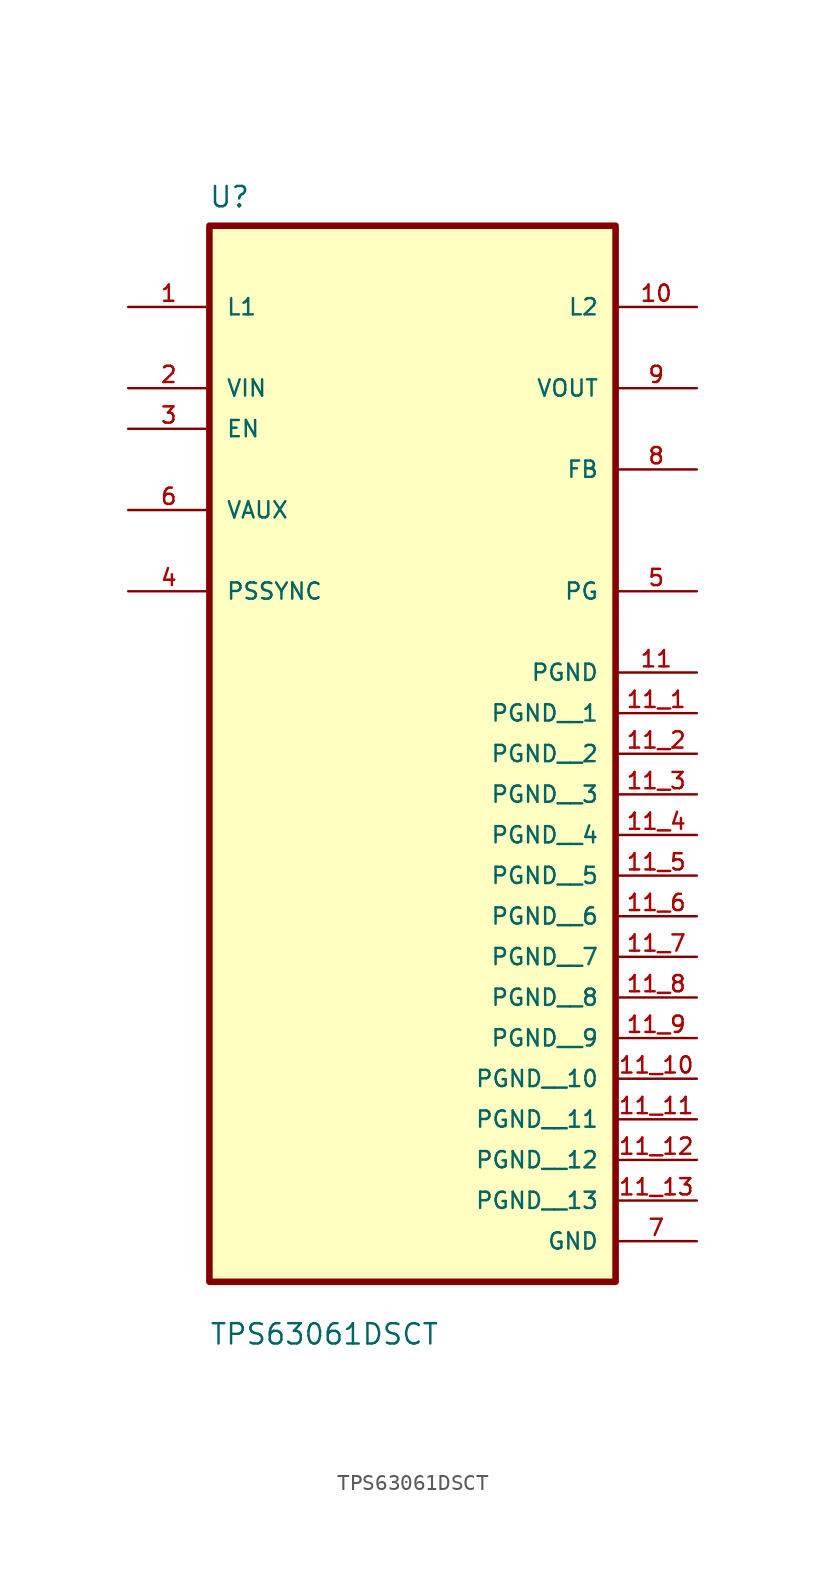
<source format=kicad_sym>
(kicad_symbol_lib
  (version 20211014)
  (generator kicad_symbol_editor)
  (symbol "TPS63061DSCT"
    (pin_names
      (offset 1.016))
    (property "Reference" "U"
      (at -12.752 16.295 0.0)
      (effects (font (size 1.27 1.27)) (justify bottom left)))
    (property "Value" "TPS63061DSCT"
      (at -12.715 -54.821 0.0)
      (effects (font (size 1.27 1.27)) (justify bottom left)))
    (symbol "TPS63061DSCT_0_0"
      (rectangle (start -12.7 -50.8) (end 12.7 15.24) (stroke (width 0.41)) (fill (type background)))
      (pin input line (at -17.78 2.54 0) (length 5.08) (name "EN" (effects (font (size 1.016 1.016)))) (number "3" (effects (font (size 1.016 1.016)))))
      (pin input line (at 17.78 0.0 180.0) (length 5.08) (name "FB" (effects (font (size 1.016 1.016)))) (number "8" (effects (font (size 1.016 1.016)))))
      (pin input line (at -17.78 10.16 0) (length 5.08) (name "L1" (effects (font (size 1.016 1.016)))) (number "1" (effects (font (size 1.016 1.016)))))
      (pin input line (at 17.78 10.16 180.0) (length 5.08) (name "L2" (effects (font (size 1.016 1.016)))) (number "10" (effects (font (size 1.016 1.016)))))
      (pin input line (at -17.78 -7.62 0) (length 5.08) (name "PSSYNC" (effects (font (size 1.016 1.016)))) (number "4" (effects (font (size 1.016 1.016)))))
      (pin input line (at -17.78 -2.54 0) (length 5.08) (name "VAUX" (effects (font (size 1.016 1.016)))) (number "6" (effects (font (size 1.016 1.016)))))
      (pin input line (at -17.78 5.08 0) (length 5.08) (name "VIN" (effects (font (size 1.016 1.016)))) (number "2" (effects (font (size 1.016 1.016)))))
      (pin output line (at 17.78 -7.62 180.0) (length 5.08) (name "PG" (effects (font (size 1.016 1.016)))) (number "5" (effects (font (size 1.016 1.016)))))
      (pin power_in line (at 17.78 -48.26 180.0) (length 5.08) (name "GND" (effects (font (size 1.016 1.016)))) (number "7" (effects (font (size 1.016 1.016)))))
      (pin output line (at 17.78 5.08 180.0) (length 5.08) (name "VOUT" (effects (font (size 1.016 1.016)))) (number "9" (effects (font (size 1.016 1.016)))))
      (pin power_in line (at 17.78 -12.7 180.0) (length 5.08) (name "PGND" (effects (font (size 1.016 1.016)))) (number "11" (effects (font (size 1.016 1.016)))))
      (pin power_in line (at 17.78 -15.24 180.0) (length 5.08) (name "PGND__1" (effects (font (size 1.016 1.016)))) (number "11_1" (effects (font (size 1.016 1.016)))))
      (pin power_in line (at 17.78 -17.78 180.0) (length 5.08) (name "PGND__2" (effects (font (size 1.016 1.016)))) (number "11_2" (effects (font (size 1.016 1.016)))))
      (pin power_in line (at 17.78 -20.32 180.0) (length 5.08) (name "PGND__3" (effects (font (size 1.016 1.016)))) (number "11_3" (effects (font (size 1.016 1.016)))))
      (pin power_in line (at 17.78 -22.86 180.0) (length 5.08) (name "PGND__4" (effects (font (size 1.016 1.016)))) (number "11_4" (effects (font (size 1.016 1.016)))))
      (pin power_in line (at 17.78 -25.4 180.0) (length 5.08) (name "PGND__5" (effects (font (size 1.016 1.016)))) (number "11_5" (effects (font (size 1.016 1.016)))))
      (pin power_in line (at 17.78 -27.94 180.0) (length 5.08) (name "PGND__6" (effects (font (size 1.016 1.016)))) (number "11_6" (effects (font (size 1.016 1.016)))))
      (pin power_in line (at 17.78 -30.48 180.0) (length 5.08) (name "PGND__7" (effects (font (size 1.016 1.016)))) (number "11_7" (effects (font (size 1.016 1.016)))))
      (pin power_in line (at 17.78 -33.02 180.0) (length 5.08) (name "PGND__8" (effects (font (size 1.016 1.016)))) (number "11_8" (effects (font (size 1.016 1.016)))))
      (pin power_in line (at 17.78 -35.56 180.0) (length 5.08) (name "PGND__9" (effects (font (size 1.016 1.016)))) (number "11_9" (effects (font (size 1.016 1.016)))))
      (pin power_in line (at 17.78 -38.1 180.0) (length 5.08) (name "PGND__10" (effects (font (size 1.016 1.016)))) (number "11_10" (effects (font (size 1.016 1.016)))))
      (pin power_in line (at 17.78 -40.64 180.0) (length 5.08) (name "PGND__11" (effects (font (size 1.016 1.016)))) (number "11_11" (effects (font (size 1.016 1.016)))))
      (pin power_in line (at 17.78 -43.18 180.0) (length 5.08) (name "PGND__12" (effects (font (size 1.016 1.016)))) (number "11_12" (effects (font (size 1.016 1.016)))))
      (pin power_in line (at 17.78 -45.72 180.0) (length 5.08) (name "PGND__13" (effects (font (size 1.016 1.016)))) (number "11_13" (effects (font (size 1.016 1.016))))))))
</source>
